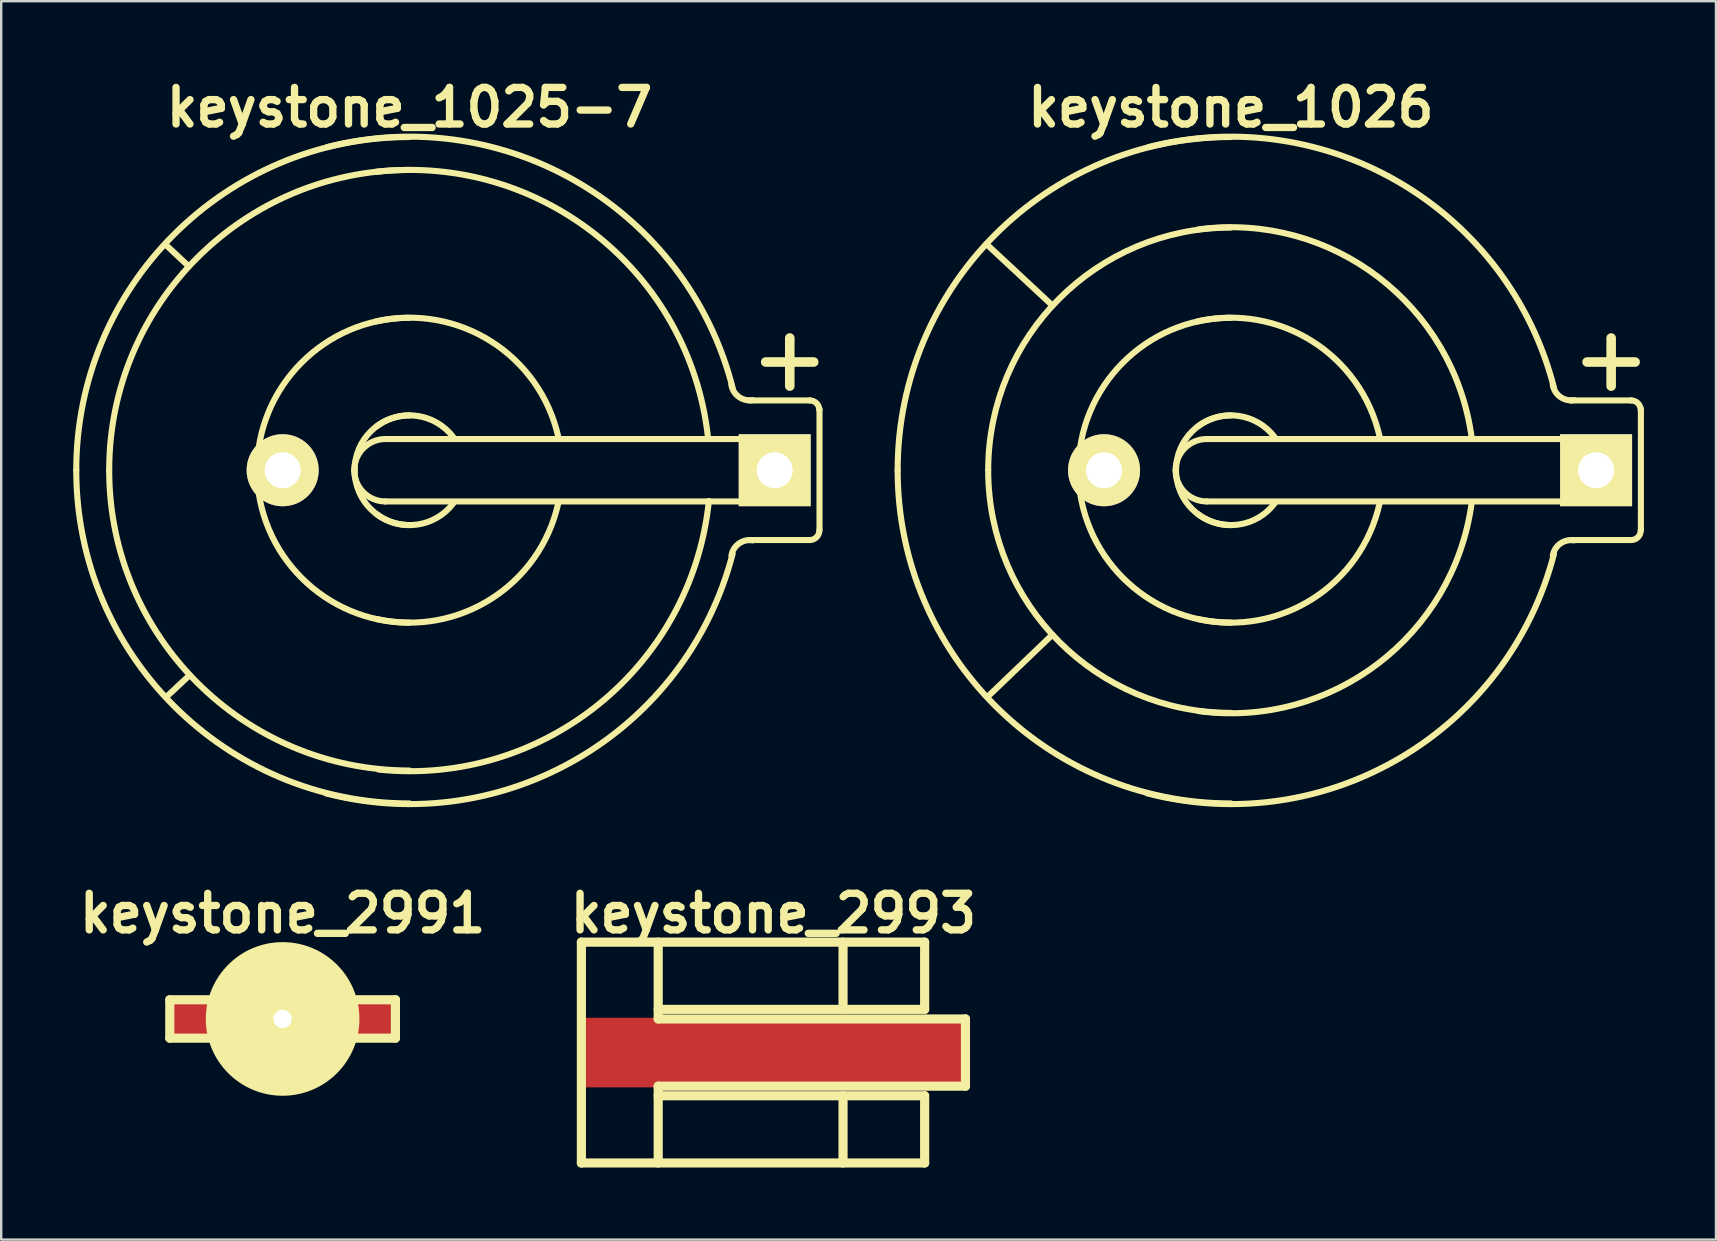
<source format=kicad_pcb>
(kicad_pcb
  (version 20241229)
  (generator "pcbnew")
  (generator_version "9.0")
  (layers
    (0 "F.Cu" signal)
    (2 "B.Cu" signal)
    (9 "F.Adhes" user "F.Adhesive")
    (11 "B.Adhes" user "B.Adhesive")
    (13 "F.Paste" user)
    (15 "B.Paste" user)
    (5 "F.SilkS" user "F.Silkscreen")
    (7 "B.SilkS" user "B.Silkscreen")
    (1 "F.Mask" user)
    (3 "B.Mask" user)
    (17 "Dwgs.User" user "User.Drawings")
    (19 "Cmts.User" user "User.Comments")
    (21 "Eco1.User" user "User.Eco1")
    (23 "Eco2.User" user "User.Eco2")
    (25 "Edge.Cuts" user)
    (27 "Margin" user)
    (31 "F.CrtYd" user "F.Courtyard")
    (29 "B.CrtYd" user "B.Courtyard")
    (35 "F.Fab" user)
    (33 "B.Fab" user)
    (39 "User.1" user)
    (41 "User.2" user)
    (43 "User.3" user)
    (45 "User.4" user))
  (footprint "keystone_2993"
    (layer "F.Cu")
    (at 29.169 40.797)
    (property "Reference" "keystone_2993" (at 0 -5.8 0) (layer "F.SilkS") (effects (font (size 1.524 1.524) (thickness 0.305))))
    (attr through_hole)
    (fp_line (start -8 -4.6) (end -8 4.6) (stroke (width 0.381) (type solid)) (layer "F.SilkS"))
    (fp_line (start -8 -4.6) (end 6.3 -4.6) (stroke (width 0.381) (type solid)) (layer "F.SilkS"))
    (fp_line (start -4.8 -1.4) (end -4.8 -4.6) (stroke (width 0.381) (type solid)) (layer "F.SilkS"))
    (fp_line (start -4.8 -1.4) (end 8 -1.4) (stroke (width 0.381) (type solid)) (layer "F.SilkS"))
    (fp_line (start -4.8 1.4) (end -4.8 4.6) (stroke (width 0.381) (type solid)) (layer "F.SilkS"))
    (fp_line (start 2.9 -1.8) (end 2.9 -4.6) (stroke (width 0.381) (type solid)) (layer "F.SilkS"))
    (fp_line (start 2.9 1.8) (end 2.9 4.6) (stroke (width 0.381) (type solid)) (layer "F.SilkS"))
    (fp_line (start 6.3 -4.6) (end 6.3 -1.8) (stroke (width 0.381) (type solid)) (layer "F.SilkS"))
    (fp_line (start 6.3 -1.8) (end -4.8 -1.8) (stroke (width 0.381) (type solid)) (layer "F.SilkS"))
    (fp_line (start 6.3 1.8) (end -4.8 1.8) (stroke (width 0.381) (type solid)) (layer "F.SilkS"))
    (fp_line (start 6.3 4.6) (end -8 4.6) (stroke (width 0.381) (type solid)) (layer "F.SilkS"))
    (fp_line (start 6.3 4.6) (end 6.3 1.8) (stroke (width 0.381) (type solid)) (layer "F.SilkS"))
    (fp_line (start 8 -1.4) (end 8 1.4) (stroke (width 0.381) (type solid)) (layer "F.SilkS"))
    (fp_line (start 8 1.4) (end -4.8 1.4) (stroke (width 0.381) (type solid)) (layer "F.SilkS"))
    (pad "1" smd rect (at 0 0) (size 16 2.9) (layers "F.Cu" "F.Mask" "F.Paste")))
  (footprint "keystone_1025-7"
    (layer "F.Cu")
    (at 14.008 16.539)
    (property "Reference" "keystone_1025-7" (at 0 -15.113 0) (layer "F.SilkS") (effects (font (size 1.524 1.524) (thickness 0.305))))
    (attr through_hole)
    (fp_line (start -9.195 -8.496) (end -10.16 -9.398) (stroke (width 0.254) (type solid)) (layer "F.SilkS"))
    (fp_line (start -9.169 8.547) (end -10.135 9.449) (stroke (width 0.254) (type solid)) (layer "F.SilkS"))
    (fp_line (start -1.001 -1.3) (end 15.199 -1.3) (stroke (width 0.254) (type solid)) (layer "F.SilkS"))
    (fp_line (start 14.839 -4.508) (end 16.84 -4.508) (stroke (width 0.399) (type solid)) (layer "F.SilkS"))
    (fp_line (start 15.199 1.3) (end -1.001 1.3) (stroke (width 0.254) (type solid)) (layer "F.SilkS"))
    (fp_line (start 15.207 -1.3) (end 15.207 1.3) (stroke (width 0.254) (type solid)) (layer "F.SilkS"))
    (fp_line (start 15.842 -3.505) (end 15.842 -5.509) (stroke (width 0.399) (type solid)) (layer "F.SilkS"))
    (fp_line (start 16.675 -2.908) (end 14.148 -2.908) (stroke (width 0.254) (type solid)) (layer "F.SilkS"))
    (fp_line (start 16.675 2.908) (end 14.148 2.908) (stroke (width 0.254) (type solid)) (layer "F.SilkS"))
    (fp_line (start 17.081 -2.54) (end 17.081 2.489) (stroke (width 0.254) (type solid)) (layer "F.SilkS"))
    (fp_arc (start -13.8811 0) (mid -9.81542 -9.81542) (end 0 -13.8811) (stroke (width 0.254) (type solid)) (layer "F.SilkS"))
    (fp_arc (start -12.5095 0) (mid -8.845552 -8.845552) (end 0 -12.5095) (stroke (width 0.254) (type solid)) (layer "F.SilkS"))
    (fp_arc (start -6.35 0.0254) (mid -4.508089 -4.472168) (end -0.0254 -6.35) (stroke (width 0.254) (type solid)) (layer "F.SilkS"))
    (fp_arc (start -3.429 -13.462) (mid 7.094402 -11.943741) (end 13.462 -3.429) (stroke (width 0.254) (type solid)) (layer "F.SilkS"))
    (fp_arc (start -2.30124 0) (mid -1.920338 -0.919578) (end -1.00076 -1.30048) (stroke (width 0.254) (type solid)) (layer "F.SilkS"))
    (fp_arc (start -2.286 0) (mid -1.616446 -1.616446) (end 0 -2.286) (stroke (width 0.254) (type solid)) (layer "F.SilkS"))
    (fp_arc (start -1.397 -6.1976) (mid 3.394537 -5.370193) (end 6.1976 -1.397) (stroke (width 0.254) (type solid)) (layer "F.SilkS"))
    (fp_arc (start -1.3843 -12.4333) (mid 7.812823 -9.770519) (end 12.4333 -1.3843) (stroke (width 0.254) (type solid)) (layer "F.SilkS"))
    (fp_arc (start -1.3716 -1.8288) (mid 0.323289 -2.263025) (end 1.8288 -1.3716) (stroke (width 0.254) (type solid)) (layer "F.SilkS"))
    (fp_arc (start -1.00076 1.30048) (mid -1.920338 0.919578) (end -2.30124 0) (stroke (width 0.254) (type solid)) (layer "F.SilkS"))
    (fp_arc (start 0 2.286) (mid -1.616446 1.616446) (end -2.286 0) (stroke (width 0.254) (type solid)) (layer "F.SilkS"))
    (fp_arc (start 0 6.35) (mid -4.490128 4.490128) (end -6.35 0) (stroke (width 0.254) (type solid)) (layer "F.SilkS"))
    (fp_arc (start 0 12.5095) (mid -8.845552 8.845552) (end -12.5095 0) (stroke (width 0.254) (type solid)) (layer "F.SilkS"))
    (fp_arc (start 0 13.8811) (mid -9.81542 9.81542) (end -13.8811 0) (stroke (width 0.254) (type solid)) (layer "F.SilkS"))
    (fp_arc (start 1.8288 1.3716) (mid 0.323289 2.263025) (end -1.3716 1.8288) (stroke (width 0.254) (type solid)) (layer "F.SilkS"))
    (fp_arc (start 6.1976 1.3716) (mid 3.412497 5.352233) (end -1.3716 6.1976) (stroke (width 0.254) (type solid)) (layer "F.SilkS"))
    (fp_arc (start 12.4714 1.2827) (mid 7.911606 9.725617) (end -1.2827 12.4714) (stroke (width 0.254) (type solid)) (layer "F.SilkS"))
    (fp_arc (start 13.4112 3.556) (mid 13.724187 3.054382) (end 14.3002 2.921) (stroke (width 0.254) (type solid)) (layer "F.SilkS"))
    (fp_arc (start 13.462 3.4798) (mid 7.058481 11.979662) (end -3.4798 13.462) (stroke (width 0.254) (type solid)) (layer "F.SilkS"))
    (fp_arc (start 14.3002 -2.921) (mid 13.724187 -3.054382) (end 13.4112 -3.556) (stroke (width 0.254) (type solid)) (layer "F.SilkS"))
    (fp_arc (start 16.67256 -2.9083) (mid 16.956336 -2.790756) (end 17.07388 -2.50698) (stroke (width 0.254) (type solid)) (layer "F.SilkS"))
    (fp_arc (start 17.07388 2.50698) (mid 16.956336 2.790756) (end 16.67256 2.9083) (stroke (width 0.254) (type solid)) (layer "F.SilkS"))
    (pad "1" thru_hole rect (at 15.215 0) (size 2.997 2.997) (drill 1.499) (layers "*.Cu" "*.Mask" "F.SilkS"))
    (pad "2" thru_hole circle (at -5.283 0) (size 3 3) (drill 1.499) (layers "*.Cu" "*.Mask" "F.SilkS")))
  (footprint "keystone_1026"
    (layer "F.Cu")
    (at 48.225 16.539)
    (property "Reference" "keystone_1026" (at 0 -15.113 0) (layer "F.SilkS") (effects (font (size 1.524 1.524) (thickness 0.305))))
    (attr through_hole)
    (fp_line (start -7.442 6.858) (end -10.147 9.449) (stroke (width 0.254) (type solid)) (layer "F.SilkS"))
    (fp_line (start -7.429 -6.858) (end -10.185 -9.423) (stroke (width 0.254) (type solid)) (layer "F.SilkS"))
    (fp_line (start -1.001 -1.3) (end 15.199 -1.3) (stroke (width 0.254) (type solid)) (layer "F.SilkS"))
    (fp_line (start 14.839 -4.508) (end 16.84 -4.508) (stroke (width 0.399) (type solid)) (layer "F.SilkS"))
    (fp_line (start 15.199 1.3) (end -1.001 1.3) (stroke (width 0.254) (type solid)) (layer "F.SilkS"))
    (fp_line (start 15.207 -1.3) (end 15.207 1.3) (stroke (width 0.254) (type solid)) (layer "F.SilkS"))
    (fp_line (start 15.842 -3.505) (end 15.842 -5.509) (stroke (width 0.399) (type solid)) (layer "F.SilkS"))
    (fp_line (start 16.675 -2.908) (end 14.148 -2.908) (stroke (width 0.254) (type solid)) (layer "F.SilkS"))
    (fp_line (start 16.675 2.908) (end 14.148 2.908) (stroke (width 0.254) (type solid)) (layer "F.SilkS"))
    (fp_line (start 17.081 -2.54) (end 17.081 2.489) (stroke (width 0.254) (type solid)) (layer "F.SilkS"))
    (fp_arc (start -13.8811 0) (mid -9.81542 -9.81542) (end 0 -13.8811) (stroke (width 0.254) (type solid)) (layer "F.SilkS"))
    (fp_arc (start -10.1092 0) (mid -7.148284 -7.148284) (end 0 -10.1092) (stroke (width 0.254) (type solid)) (layer "F.SilkS"))
    (fp_arc (start -6.35 0.0254) (mid -4.508089 -4.472168) (end -0.0254 -6.35) (stroke (width 0.254) (type solid)) (layer "F.SilkS"))
    (fp_arc (start -3.429 -13.462) (mid 7.094402 -11.943741) (end 13.462 -3.429) (stroke (width 0.254) (type solid)) (layer "F.SilkS"))
    (fp_arc (start -2.30124 0) (mid -1.920338 -0.919578) (end -1.00076 -1.30048) (stroke (width 0.254) (type solid)) (layer "F.SilkS"))
    (fp_arc (start -2.286 0) (mid -1.616446 -1.616446) (end 0 -2.286) (stroke (width 0.254) (type solid)) (layer "F.SilkS"))
    (fp_arc (start -1.397 -6.1976) (mid 3.394537 -5.370193) (end 6.1976 -1.397) (stroke (width 0.254) (type solid)) (layer "F.SilkS"))
    (fp_arc (start -1.3716 -1.8288) (mid 0.323289 -2.263025) (end 1.8288 -1.3716) (stroke (width 0.254) (type solid)) (layer "F.SilkS"))
    (fp_arc (start -1.3462 -10.033) (mid 6.142495 -8.046309) (end 10.033 -1.3462) (stroke (width 0.254) (type solid)) (layer "F.SilkS"))
    (fp_arc (start -1.00076 1.30048) (mid -1.920338 0.919578) (end -2.30124 0) (stroke (width 0.254) (type solid)) (layer "F.SilkS"))
    (fp_arc (start 0 2.286) (mid -1.616446 1.616446) (end -2.286 0) (stroke (width 0.254) (type solid)) (layer "F.SilkS"))
    (fp_arc (start 0 6.35) (mid -4.490128 4.490128) (end -6.35 0) (stroke (width 0.254) (type solid)) (layer "F.SilkS"))
    (fp_arc (start 0 10.1092) (mid -7.148284 7.148284) (end -10.1092 0) (stroke (width 0.254) (type solid)) (layer "F.SilkS"))
    (fp_arc (start 0 13.8811) (mid -9.81542 9.81542) (end -13.8811 0) (stroke (width 0.254) (type solid)) (layer "F.SilkS"))
    (fp_arc (start 1.8288 1.3716) (mid 0.323289 2.263025) (end -1.3716 1.8288) (stroke (width 0.254) (type solid)) (layer "F.SilkS"))
    (fp_arc (start 6.1976 1.3716) (mid 3.412497 5.352233) (end -1.3716 6.1976) (stroke (width 0.254) (type solid)) (layer "F.SilkS"))
    (fp_arc (start 10.033 1.3462) (mid 6.142495 8.046309) (end -1.3462 10.033) (stroke (width 0.254) (type solid)) (layer "F.SilkS"))
    (fp_arc (start 13.4112 3.556) (mid 13.724187 3.054382) (end 14.3002 2.921) (stroke (width 0.254) (type solid)) (layer "F.SilkS"))
    (fp_arc (start 13.462 3.4798) (mid 7.058481 11.979662) (end -3.4798 13.462) (stroke (width 0.254) (type solid)) (layer "F.SilkS"))
    (fp_arc (start 14.3002 -2.921) (mid 13.724187 -3.054382) (end 13.4112 -3.556) (stroke (width 0.254) (type solid)) (layer "F.SilkS"))
    (fp_arc (start 16.67256 -2.9083) (mid 16.956336 -2.790756) (end 17.07388 -2.50698) (stroke (width 0.254) (type solid)) (layer "F.SilkS"))
    (fp_arc (start 17.07388 2.50698) (mid 16.956336 2.790756) (end 16.67256 2.9083) (stroke (width 0.254) (type solid)) (layer "F.SilkS"))
    (pad "1" thru_hole rect (at 15.215 0) (size 2.997 2.997) (drill 1.499) (layers "*.Cu" "*.Mask" "F.SilkS"))
    (pad "2" thru_hole circle (at -5.283 0) (size 3 3) (drill 1.499) (layers "*.Cu" "*.Mask" "F.SilkS")))
  (footprint "keystone_2991"
    (layer "F.Cu")
    (at 8.723 39.397)
    (property "Reference" "keystone_2991" (at 0 -4.4 0) (layer "F.SilkS") (effects (font (size 1.524 1.524) (thickness 0.305))))
    (attr through_hole)
    (fp_line (start -4.7 -0.8) (end -4.7 0.8) (stroke (width 0.381) (type solid)) (layer "F.SilkS"))
    (fp_line (start -4.7 -0.8) (end -3 -0.8) (stroke (width 0.381) (type solid)) (layer "F.SilkS"))
    (fp_line (start -4.7 0.8) (end -3 0.8) (stroke (width 0.381) (type solid)) (layer "F.SilkS"))
    (fp_line (start 4.7 -0.8) (end 3 -0.8) (stroke (width 0.381) (type solid)) (layer "F.SilkS"))
    (fp_line (start 4.7 -0.8) (end 4.7 0.8) (stroke (width 0.381) (type solid)) (layer "F.SilkS"))
    (fp_line (start 4.7 0.8) (end 3 0.8) (stroke (width 0.381) (type solid)) (layer "F.SilkS"))
    (pad "" np_thru_hole circle (at 0 0) (size 6.4 6.4) (drill 0.762) (layers "F.SilkS"))
    (pad "1" smd rect (at -3.9 0) (size 1.8 1.8) (layers "F.Cu" "F.Mask" "F.Paste"))
    (pad "1" smd rect (at 3.9 0) (size 1.8 1.8) (layers "F.Cu" "F.Mask" "F.Paste")))
  (gr_rect
    (start -3 -3)
    (end 68.433 48.588)
    (stroke (width 0.1) (type default))
    (fill no)
    (layer "Edge.Cuts")))
</source>
